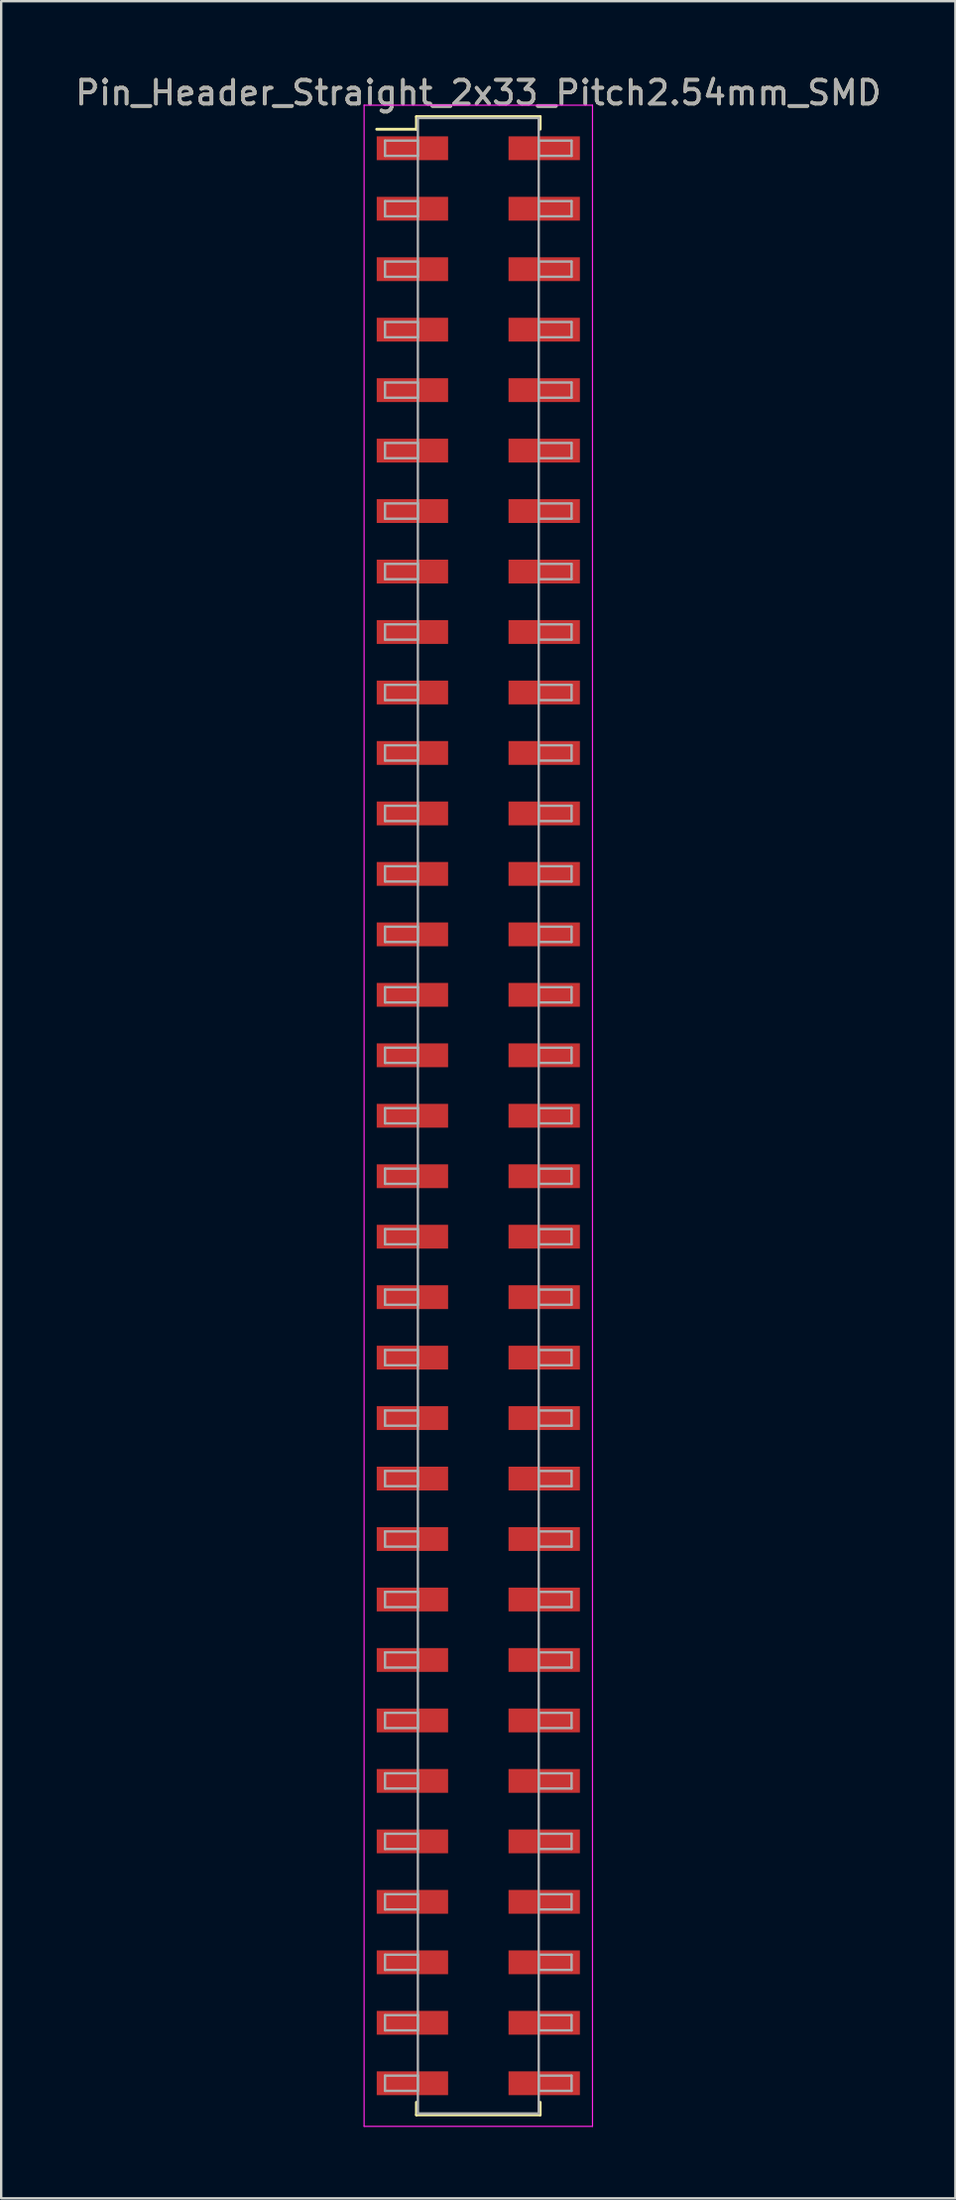
<source format=kicad_pcb>
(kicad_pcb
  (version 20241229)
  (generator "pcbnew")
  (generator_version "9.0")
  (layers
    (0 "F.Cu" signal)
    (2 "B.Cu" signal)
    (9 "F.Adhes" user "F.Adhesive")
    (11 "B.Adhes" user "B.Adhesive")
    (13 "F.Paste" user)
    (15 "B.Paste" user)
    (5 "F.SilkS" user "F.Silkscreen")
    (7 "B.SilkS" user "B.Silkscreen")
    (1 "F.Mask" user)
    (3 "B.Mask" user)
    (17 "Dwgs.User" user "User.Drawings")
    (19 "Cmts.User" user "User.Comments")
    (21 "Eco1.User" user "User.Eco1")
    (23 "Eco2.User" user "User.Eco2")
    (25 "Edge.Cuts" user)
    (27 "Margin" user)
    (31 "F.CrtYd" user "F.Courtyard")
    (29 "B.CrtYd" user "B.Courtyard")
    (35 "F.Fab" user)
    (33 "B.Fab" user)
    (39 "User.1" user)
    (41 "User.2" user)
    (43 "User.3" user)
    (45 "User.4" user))
  (footprint "Pin_Header_Straight_2x33_Pitch2.54mm_SMD"
    (layer "F.Cu")
    (at 17.054 43.818)
    (property "Reference" "Pin_Header_Straight_2x33_Pitch2.54mm_SMD" (at 0 -42.97 0) (layer "F.SilkS") (effects (font (size 1 1) (thickness 0.15))))
    (attr smd)
    (fp_line (start -4.27 -41.44) (end -2.6 -41.44) (stroke (width 0.12) (type solid)) (layer "F.SilkS"))
    (fp_line (start -2.6 -41.97) (end 2.6 -41.97) (stroke (width 0.12) (type solid)) (layer "F.SilkS"))
    (fp_line (start -2.6 -41.44) (end -2.6 -41.97) (stroke (width 0.12) (type solid)) (layer "F.SilkS"))
    (fp_line (start -2.6 41.44) (end -2.6 41.97) (stroke (width 0.12) (type solid)) (layer "F.SilkS"))
    (fp_line (start -2.6 41.97) (end 2.6 41.97) (stroke (width 0.12) (type solid)) (layer "F.SilkS"))
    (fp_line (start 2.6 -41.97) (end 2.6 -41.44) (stroke (width 0.12) (type solid)) (layer "F.SilkS"))
    (fp_line (start 2.6 41.97) (end 2.6 41.44) (stroke (width 0.12) (type solid)) (layer "F.SilkS"))
    (fp_line (start -4.8 -42.45) (end -4.8 42.45) (stroke (width 0.05) (type solid)) (layer "F.CrtYd"))
    (fp_line (start -4.8 42.45) (end 4.8 42.45) (stroke (width 0.05) (type solid)) (layer "F.CrtYd"))
    (fp_line (start 4.8 -42.45) (end -4.8 -42.45) (stroke (width 0.05) (type solid)) (layer "F.CrtYd"))
    (fp_line (start 4.8 42.45) (end 4.8 -42.45) (stroke (width 0.05) (type solid)) (layer "F.CrtYd"))
    (fp_line (start -3.92 -40.96) (end -2.54 -40.96) (stroke (width 0.1) (type solid)) (layer "F.Fab"))
    (fp_line (start -3.92 -40.32) (end -3.92 -40.96) (stroke (width 0.1) (type solid)) (layer "F.Fab"))
    (fp_line (start -3.92 -38.42) (end -2.54 -38.42) (stroke (width 0.1) (type solid)) (layer "F.Fab"))
    (fp_line (start -3.92 -37.78) (end -3.92 -38.42) (stroke (width 0.1) (type solid)) (layer "F.Fab"))
    (fp_line (start -3.92 -35.88) (end -2.54 -35.88) (stroke (width 0.1) (type solid)) (layer "F.Fab"))
    (fp_line (start -3.92 -35.24) (end -3.92 -35.88) (stroke (width 0.1) (type solid)) (layer "F.Fab"))
    (fp_line (start -3.92 -33.34) (end -2.54 -33.34) (stroke (width 0.1) (type solid)) (layer "F.Fab"))
    (fp_line (start -3.92 -32.7) (end -3.92 -33.34) (stroke (width 0.1) (type solid)) (layer "F.Fab"))
    (fp_line (start -3.92 -30.8) (end -2.54 -30.8) (stroke (width 0.1) (type solid)) (layer "F.Fab"))
    (fp_line (start -3.92 -30.16) (end -3.92 -30.8) (stroke (width 0.1) (type solid)) (layer "F.Fab"))
    (fp_line (start -3.92 -28.26) (end -2.54 -28.26) (stroke (width 0.1) (type solid)) (layer "F.Fab"))
    (fp_line (start -3.92 -27.62) (end -3.92 -28.26) (stroke (width 0.1) (type solid)) (layer "F.Fab"))
    (fp_line (start -3.92 -25.72) (end -2.54 -25.72) (stroke (width 0.1) (type solid)) (layer "F.Fab"))
    (fp_line (start -3.92 -25.08) (end -3.92 -25.72) (stroke (width 0.1) (type solid)) (layer "F.Fab"))
    (fp_line (start -3.92 -23.18) (end -2.54 -23.18) (stroke (width 0.1) (type solid)) (layer "F.Fab"))
    (fp_line (start -3.92 -22.54) (end -3.92 -23.18) (stroke (width 0.1) (type solid)) (layer "F.Fab"))
    (fp_line (start -3.92 -20.64) (end -2.54 -20.64) (stroke (width 0.1) (type solid)) (layer "F.Fab"))
    (fp_line (start -3.92 -20) (end -3.92 -20.64) (stroke (width 0.1) (type solid)) (layer "F.Fab"))
    (fp_line (start -3.92 -18.1) (end -2.54 -18.1) (stroke (width 0.1) (type solid)) (layer "F.Fab"))
    (fp_line (start -3.92 -17.46) (end -3.92 -18.1) (stroke (width 0.1) (type solid)) (layer "F.Fab"))
    (fp_line (start -3.92 -15.56) (end -2.54 -15.56) (stroke (width 0.1) (type solid)) (layer "F.Fab"))
    (fp_line (start -3.92 -14.92) (end -3.92 -15.56) (stroke (width 0.1) (type solid)) (layer "F.Fab"))
    (fp_line (start -3.92 -13.02) (end -2.54 -13.02) (stroke (width 0.1) (type solid)) (layer "F.Fab"))
    (fp_line (start -3.92 -12.38) (end -3.92 -13.02) (stroke (width 0.1) (type solid)) (layer "F.Fab"))
    (fp_line (start -3.92 -10.48) (end -2.54 -10.48) (stroke (width 0.1) (type solid)) (layer "F.Fab"))
    (fp_line (start -3.92 -9.84) (end -3.92 -10.48) (stroke (width 0.1) (type solid)) (layer "F.Fab"))
    (fp_line (start -3.92 -7.94) (end -2.54 -7.94) (stroke (width 0.1) (type solid)) (layer "F.Fab"))
    (fp_line (start -3.92 -7.3) (end -3.92 -7.94) (stroke (width 0.1) (type solid)) (layer "F.Fab"))
    (fp_line (start -3.92 -5.4) (end -2.54 -5.4) (stroke (width 0.1) (type solid)) (layer "F.Fab"))
    (fp_line (start -3.92 -4.76) (end -3.92 -5.4) (stroke (width 0.1) (type solid)) (layer "F.Fab"))
    (fp_line (start -3.92 -2.86) (end -2.54 -2.86) (stroke (width 0.1) (type solid)) (layer "F.Fab"))
    (fp_line (start -3.92 -2.22) (end -3.92 -2.86) (stroke (width 0.1) (type solid)) (layer "F.Fab"))
    (fp_line (start -3.92 -0.32) (end -2.54 -0.32) (stroke (width 0.1) (type solid)) (layer "F.Fab"))
    (fp_line (start -3.92 0.32) (end -3.92 -0.32) (stroke (width 0.1) (type solid)) (layer "F.Fab"))
    (fp_line (start -3.92 2.22) (end -2.54 2.22) (stroke (width 0.1) (type solid)) (layer "F.Fab"))
    (fp_line (start -3.92 2.86) (end -3.92 2.22) (stroke (width 0.1) (type solid)) (layer "F.Fab"))
    (fp_line (start -3.92 4.76) (end -2.54 4.76) (stroke (width 0.1) (type solid)) (layer "F.Fab"))
    (fp_line (start -3.92 5.4) (end -3.92 4.76) (stroke (width 0.1) (type solid)) (layer "F.Fab"))
    (fp_line (start -3.92 7.3) (end -2.54 7.3) (stroke (width 0.1) (type solid)) (layer "F.Fab"))
    (fp_line (start -3.92 7.94) (end -3.92 7.3) (stroke (width 0.1) (type solid)) (layer "F.Fab"))
    (fp_line (start -3.92 9.84) (end -2.54 9.84) (stroke (width 0.1) (type solid)) (layer "F.Fab"))
    (fp_line (start -3.92 10.48) (end -3.92 9.84) (stroke (width 0.1) (type solid)) (layer "F.Fab"))
    (fp_line (start -3.92 12.38) (end -2.54 12.38) (stroke (width 0.1) (type solid)) (layer "F.Fab"))
    (fp_line (start -3.92 13.02) (end -3.92 12.38) (stroke (width 0.1) (type solid)) (layer "F.Fab"))
    (fp_line (start -3.92 14.92) (end -2.54 14.92) (stroke (width 0.1) (type solid)) (layer "F.Fab"))
    (fp_line (start -3.92 15.56) (end -3.92 14.92) (stroke (width 0.1) (type solid)) (layer "F.Fab"))
    (fp_line (start -3.92 17.46) (end -2.54 17.46) (stroke (width 0.1) (type solid)) (layer "F.Fab"))
    (fp_line (start -3.92 18.1) (end -3.92 17.46) (stroke (width 0.1) (type solid)) (layer "F.Fab"))
    (fp_line (start -3.92 20) (end -2.54 20) (stroke (width 0.1) (type solid)) (layer "F.Fab"))
    (fp_line (start -3.92 20.64) (end -3.92 20) (stroke (width 0.1) (type solid)) (layer "F.Fab"))
    (fp_line (start -3.92 22.54) (end -2.54 22.54) (stroke (width 0.1) (type solid)) (layer "F.Fab"))
    (fp_line (start -3.92 23.18) (end -3.92 22.54) (stroke (width 0.1) (type solid)) (layer "F.Fab"))
    (fp_line (start -3.92 25.08) (end -2.54 25.08) (stroke (width 0.1) (type solid)) (layer "F.Fab"))
    (fp_line (start -3.92 25.72) (end -3.92 25.08) (stroke (width 0.1) (type solid)) (layer "F.Fab"))
    (fp_line (start -3.92 27.62) (end -2.54 27.62) (stroke (width 0.1) (type solid)) (layer "F.Fab"))
    (fp_line (start -3.92 28.26) (end -3.92 27.62) (stroke (width 0.1) (type solid)) (layer "F.Fab"))
    (fp_line (start -3.92 30.16) (end -2.54 30.16) (stroke (width 0.1) (type solid)) (layer "F.Fab"))
    (fp_line (start -3.92 30.8) (end -3.92 30.16) (stroke (width 0.1) (type solid)) (layer "F.Fab"))
    (fp_line (start -3.92 32.7) (end -2.54 32.7) (stroke (width 0.1) (type solid)) (layer "F.Fab"))
    (fp_line (start -3.92 33.34) (end -3.92 32.7) (stroke (width 0.1) (type solid)) (layer "F.Fab"))
    (fp_line (start -3.92 35.24) (end -2.54 35.24) (stroke (width 0.1) (type solid)) (layer "F.Fab"))
    (fp_line (start -3.92 35.88) (end -3.92 35.24) (stroke (width 0.1) (type solid)) (layer "F.Fab"))
    (fp_line (start -3.92 37.78) (end -2.54 37.78) (stroke (width 0.1) (type solid)) (layer "F.Fab"))
    (fp_line (start -3.92 38.42) (end -3.92 37.78) (stroke (width 0.1) (type solid)) (layer "F.Fab"))
    (fp_line (start -3.92 40.32) (end -2.54 40.32) (stroke (width 0.1) (type solid)) (layer "F.Fab"))
    (fp_line (start -3.92 40.96) (end -3.92 40.32) (stroke (width 0.1) (type solid)) (layer "F.Fab"))
    (fp_line (start -2.54 -41.91) (end -2.54 41.91) (stroke (width 0.1) (type solid)) (layer "F.Fab"))
    (fp_line (start -2.54 -40.96) (end -2.54 -40.32) (stroke (width 0.1) (type solid)) (layer "F.Fab"))
    (fp_line (start -2.54 -40.32) (end -3.92 -40.32) (stroke (width 0.1) (type solid)) (layer "F.Fab"))
    (fp_line (start -2.54 -38.42) (end -2.54 -37.78) (stroke (width 0.1) (type solid)) (layer "F.Fab"))
    (fp_line (start -2.54 -37.78) (end -3.92 -37.78) (stroke (width 0.1) (type solid)) (layer "F.Fab"))
    (fp_line (start -2.54 -35.88) (end -2.54 -35.24) (stroke (width 0.1) (type solid)) (layer "F.Fab"))
    (fp_line (start -2.54 -35.24) (end -3.92 -35.24) (stroke (width 0.1) (type solid)) (layer "F.Fab"))
    (fp_line (start -2.54 -33.34) (end -2.54 -32.7) (stroke (width 0.1) (type solid)) (layer "F.Fab"))
    (fp_line (start -2.54 -32.7) (end -3.92 -32.7) (stroke (width 0.1) (type solid)) (layer "F.Fab"))
    (fp_line (start -2.54 -30.8) (end -2.54 -30.16) (stroke (width 0.1) (type solid)) (layer "F.Fab"))
    (fp_line (start -2.54 -30.16) (end -3.92 -30.16) (stroke (width 0.1) (type solid)) (layer "F.Fab"))
    (fp_line (start -2.54 -28.26) (end -2.54 -27.62) (stroke (width 0.1) (type solid)) (layer "F.Fab"))
    (fp_line (start -2.54 -27.62) (end -3.92 -27.62) (stroke (width 0.1) (type solid)) (layer "F.Fab"))
    (fp_line (start -2.54 -25.72) (end -2.54 -25.08) (stroke (width 0.1) (type solid)) (layer "F.Fab"))
    (fp_line (start -2.54 -25.08) (end -3.92 -25.08) (stroke (width 0.1) (type solid)) (layer "F.Fab"))
    (fp_line (start -2.54 -23.18) (end -2.54 -22.54) (stroke (width 0.1) (type solid)) (layer "F.Fab"))
    (fp_line (start -2.54 -22.54) (end -3.92 -22.54) (stroke (width 0.1) (type solid)) (layer "F.Fab"))
    (fp_line (start -2.54 -20.64) (end -2.54 -20) (stroke (width 0.1) (type solid)) (layer "F.Fab"))
    (fp_line (start -2.54 -20) (end -3.92 -20) (stroke (width 0.1) (type solid)) (layer "F.Fab"))
    (fp_line (start -2.54 -18.1) (end -2.54 -17.46) (stroke (width 0.1) (type solid)) (layer "F.Fab"))
    (fp_line (start -2.54 -17.46) (end -3.92 -17.46) (stroke (width 0.1) (type solid)) (layer "F.Fab"))
    (fp_line (start -2.54 -15.56) (end -2.54 -14.92) (stroke (width 0.1) (type solid)) (layer "F.Fab"))
    (fp_line (start -2.54 -14.92) (end -3.92 -14.92) (stroke (width 0.1) (type solid)) (layer "F.Fab"))
    (fp_line (start -2.54 -13.02) (end -2.54 -12.38) (stroke (width 0.1) (type solid)) (layer "F.Fab"))
    (fp_line (start -2.54 -12.38) (end -3.92 -12.38) (stroke (width 0.1) (type solid)) (layer "F.Fab"))
    (fp_line (start -2.54 -10.48) (end -2.54 -9.84) (stroke (width 0.1) (type solid)) (layer "F.Fab"))
    (fp_line (start -2.54 -9.84) (end -3.92 -9.84) (stroke (width 0.1) (type solid)) (layer "F.Fab"))
    (fp_line (start -2.54 -7.94) (end -2.54 -7.3) (stroke (width 0.1) (type solid)) (layer "F.Fab"))
    (fp_line (start -2.54 -7.3) (end -3.92 -7.3) (stroke (width 0.1) (type solid)) (layer "F.Fab"))
    (fp_line (start -2.54 -5.4) (end -2.54 -4.76) (stroke (width 0.1) (type solid)) (layer "F.Fab"))
    (fp_line (start -2.54 -4.76) (end -3.92 -4.76) (stroke (width 0.1) (type solid)) (layer "F.Fab"))
    (fp_line (start -2.54 -2.86) (end -2.54 -2.22) (stroke (width 0.1) (type solid)) (layer "F.Fab"))
    (fp_line (start -2.54 -2.22) (end -3.92 -2.22) (stroke (width 0.1) (type solid)) (layer "F.Fab"))
    (fp_line (start -2.54 -0.32) (end -2.54 0.32) (stroke (width 0.1) (type solid)) (layer "F.Fab"))
    (fp_line (start -2.54 0.32) (end -3.92 0.32) (stroke (width 0.1) (type solid)) (layer "F.Fab"))
    (fp_line (start -2.54 2.22) (end -2.54 2.86) (stroke (width 0.1) (type solid)) (layer "F.Fab"))
    (fp_line (start -2.54 2.86) (end -3.92 2.86) (stroke (width 0.1) (type solid)) (layer "F.Fab"))
    (fp_line (start -2.54 4.76) (end -2.54 5.4) (stroke (width 0.1) (type solid)) (layer "F.Fab"))
    (fp_line (start -2.54 5.4) (end -3.92 5.4) (stroke (width 0.1) (type solid)) (layer "F.Fab"))
    (fp_line (start -2.54 7.3) (end -2.54 7.94) (stroke (width 0.1) (type solid)) (layer "F.Fab"))
    (fp_line (start -2.54 7.94) (end -3.92 7.94) (stroke (width 0.1) (type solid)) (layer "F.Fab"))
    (fp_line (start -2.54 9.84) (end -2.54 10.48) (stroke (width 0.1) (type solid)) (layer "F.Fab"))
    (fp_line (start -2.54 10.48) (end -3.92 10.48) (stroke (width 0.1) (type solid)) (layer "F.Fab"))
    (fp_line (start -2.54 12.38) (end -2.54 13.02) (stroke (width 0.1) (type solid)) (layer "F.Fab"))
    (fp_line (start -2.54 13.02) (end -3.92 13.02) (stroke (width 0.1) (type solid)) (layer "F.Fab"))
    (fp_line (start -2.54 14.92) (end -2.54 15.56) (stroke (width 0.1) (type solid)) (layer "F.Fab"))
    (fp_line (start -2.54 15.56) (end -3.92 15.56) (stroke (width 0.1) (type solid)) (layer "F.Fab"))
    (fp_line (start -2.54 17.46) (end -2.54 18.1) (stroke (width 0.1) (type solid)) (layer "F.Fab"))
    (fp_line (start -2.54 18.1) (end -3.92 18.1) (stroke (width 0.1) (type solid)) (layer "F.Fab"))
    (fp_line (start -2.54 20) (end -2.54 20.64) (stroke (width 0.1) (type solid)) (layer "F.Fab"))
    (fp_line (start -2.54 20.64) (end -3.92 20.64) (stroke (width 0.1) (type solid)) (layer "F.Fab"))
    (fp_line (start -2.54 22.54) (end -2.54 23.18) (stroke (width 0.1) (type solid)) (layer "F.Fab"))
    (fp_line (start -2.54 23.18) (end -3.92 23.18) (stroke (width 0.1) (type solid)) (layer "F.Fab"))
    (fp_line (start -2.54 25.08) (end -2.54 25.72) (stroke (width 0.1) (type solid)) (layer "F.Fab"))
    (fp_line (start -2.54 25.72) (end -3.92 25.72) (stroke (width 0.1) (type solid)) (layer "F.Fab"))
    (fp_line (start -2.54 27.62) (end -2.54 28.26) (stroke (width 0.1) (type solid)) (layer "F.Fab"))
    (fp_line (start -2.54 28.26) (end -3.92 28.26) (stroke (width 0.1) (type solid)) (layer "F.Fab"))
    (fp_line (start -2.54 30.16) (end -2.54 30.8) (stroke (width 0.1) (type solid)) (layer "F.Fab"))
    (fp_line (start -2.54 30.8) (end -3.92 30.8) (stroke (width 0.1) (type solid)) (layer "F.Fab"))
    (fp_line (start -2.54 32.7) (end -2.54 33.34) (stroke (width 0.1) (type solid)) (layer "F.Fab"))
    (fp_line (start -2.54 33.34) (end -3.92 33.34) (stroke (width 0.1) (type solid)) (layer "F.Fab"))
    (fp_line (start -2.54 35.24) (end -2.54 35.88) (stroke (width 0.1) (type solid)) (layer "F.Fab"))
    (fp_line (start -2.54 35.88) (end -3.92 35.88) (stroke (width 0.1) (type solid)) (layer "F.Fab"))
    (fp_line (start -2.54 37.78) (end -2.54 38.42) (stroke (width 0.1) (type solid)) (layer "F.Fab"))
    (fp_line (start -2.54 38.42) (end -3.92 38.42) (stroke (width 0.1) (type solid)) (layer "F.Fab"))
    (fp_line (start -2.54 40.32) (end -2.54 40.96) (stroke (width 0.1) (type solid)) (layer "F.Fab"))
    (fp_line (start -2.54 40.96) (end -3.92 40.96) (stroke (width 0.1) (type solid)) (layer "F.Fab"))
    (fp_line (start -2.54 41.91) (end 2.54 41.91) (stroke (width 0.1) (type solid)) (layer "F.Fab"))
    (fp_line (start 2.54 -41.91) (end -2.54 -41.91) (stroke (width 0.1) (type solid)) (layer "F.Fab"))
    (fp_line (start 2.54 -40.96) (end 2.54 -40.32) (stroke (width 0.1) (type solid)) (layer "F.Fab"))
    (fp_line (start 2.54 -40.32) (end 3.92 -40.32) (stroke (width 0.1) (type solid)) (layer "F.Fab"))
    (fp_line (start 2.54 -38.42) (end 2.54 -37.78) (stroke (width 0.1) (type solid)) (layer "F.Fab"))
    (fp_line (start 2.54 -37.78) (end 3.92 -37.78) (stroke (width 0.1) (type solid)) (layer "F.Fab"))
    (fp_line (start 2.54 -35.88) (end 2.54 -35.24) (stroke (width 0.1) (type solid)) (layer "F.Fab"))
    (fp_line (start 2.54 -35.24) (end 3.92 -35.24) (stroke (width 0.1) (type solid)) (layer "F.Fab"))
    (fp_line (start 2.54 -33.34) (end 2.54 -32.7) (stroke (width 0.1) (type solid)) (layer "F.Fab"))
    (fp_line (start 2.54 -32.7) (end 3.92 -32.7) (stroke (width 0.1) (type solid)) (layer "F.Fab"))
    (fp_line (start 2.54 -30.8) (end 2.54 -30.16) (stroke (width 0.1) (type solid)) (layer "F.Fab"))
    (fp_line (start 2.54 -30.16) (end 3.92 -30.16) (stroke (width 0.1) (type solid)) (layer "F.Fab"))
    (fp_line (start 2.54 -28.26) (end 2.54 -27.62) (stroke (width 0.1) (type solid)) (layer "F.Fab"))
    (fp_line (start 2.54 -27.62) (end 3.92 -27.62) (stroke (width 0.1) (type solid)) (layer "F.Fab"))
    (fp_line (start 2.54 -25.72) (end 2.54 -25.08) (stroke (width 0.1) (type solid)) (layer "F.Fab"))
    (fp_line (start 2.54 -25.08) (end 3.92 -25.08) (stroke (width 0.1) (type solid)) (layer "F.Fab"))
    (fp_line (start 2.54 -23.18) (end 2.54 -22.54) (stroke (width 0.1) (type solid)) (layer "F.Fab"))
    (fp_line (start 2.54 -22.54) (end 3.92 -22.54) (stroke (width 0.1) (type solid)) (layer "F.Fab"))
    (fp_line (start 2.54 -20.64) (end 2.54 -20) (stroke (width 0.1) (type solid)) (layer "F.Fab"))
    (fp_line (start 2.54 -20) (end 3.92 -20) (stroke (width 0.1) (type solid)) (layer "F.Fab"))
    (fp_line (start 2.54 -18.1) (end 2.54 -17.46) (stroke (width 0.1) (type solid)) (layer "F.Fab"))
    (fp_line (start 2.54 -17.46) (end 3.92 -17.46) (stroke (width 0.1) (type solid)) (layer "F.Fab"))
    (fp_line (start 2.54 -15.56) (end 2.54 -14.92) (stroke (width 0.1) (type solid)) (layer "F.Fab"))
    (fp_line (start 2.54 -14.92) (end 3.92 -14.92) (stroke (width 0.1) (type solid)) (layer "F.Fab"))
    (fp_line (start 2.54 -13.02) (end 2.54 -12.38) (stroke (width 0.1) (type solid)) (layer "F.Fab"))
    (fp_line (start 2.54 -12.38) (end 3.92 -12.38) (stroke (width 0.1) (type solid)) (layer "F.Fab"))
    (fp_line (start 2.54 -10.48) (end 2.54 -9.84) (stroke (width 0.1) (type solid)) (layer "F.Fab"))
    (fp_line (start 2.54 -9.84) (end 3.92 -9.84) (stroke (width 0.1) (type solid)) (layer "F.Fab"))
    (fp_line (start 2.54 -7.94) (end 2.54 -7.3) (stroke (width 0.1) (type solid)) (layer "F.Fab"))
    (fp_line (start 2.54 -7.3) (end 3.92 -7.3) (stroke (width 0.1) (type solid)) (layer "F.Fab"))
    (fp_line (start 2.54 -5.4) (end 2.54 -4.76) (stroke (width 0.1) (type solid)) (layer "F.Fab"))
    (fp_line (start 2.54 -4.76) (end 3.92 -4.76) (stroke (width 0.1) (type solid)) (layer "F.Fab"))
    (fp_line (start 2.54 -2.86) (end 2.54 -2.22) (stroke (width 0.1) (type solid)) (layer "F.Fab"))
    (fp_line (start 2.54 -2.22) (end 3.92 -2.22) (stroke (width 0.1) (type solid)) (layer "F.Fab"))
    (fp_line (start 2.54 -0.32) (end 2.54 0.32) (stroke (width 0.1) (type solid)) (layer "F.Fab"))
    (fp_line (start 2.54 0.32) (end 3.92 0.32) (stroke (width 0.1) (type solid)) (layer "F.Fab"))
    (fp_line (start 2.54 2.22) (end 2.54 2.86) (stroke (width 0.1) (type solid)) (layer "F.Fab"))
    (fp_line (start 2.54 2.86) (end 3.92 2.86) (stroke (width 0.1) (type solid)) (layer "F.Fab"))
    (fp_line (start 2.54 4.76) (end 2.54 5.4) (stroke (width 0.1) (type solid)) (layer "F.Fab"))
    (fp_line (start 2.54 5.4) (end 3.92 5.4) (stroke (width 0.1) (type solid)) (layer "F.Fab"))
    (fp_line (start 2.54 7.3) (end 2.54 7.94) (stroke (width 0.1) (type solid)) (layer "F.Fab"))
    (fp_line (start 2.54 7.94) (end 3.92 7.94) (stroke (width 0.1) (type solid)) (layer "F.Fab"))
    (fp_line (start 2.54 9.84) (end 2.54 10.48) (stroke (width 0.1) (type solid)) (layer "F.Fab"))
    (fp_line (start 2.54 10.48) (end 3.92 10.48) (stroke (width 0.1) (type solid)) (layer "F.Fab"))
    (fp_line (start 2.54 12.38) (end 2.54 13.02) (stroke (width 0.1) (type solid)) (layer "F.Fab"))
    (fp_line (start 2.54 13.02) (end 3.92 13.02) (stroke (width 0.1) (type solid)) (layer "F.Fab"))
    (fp_line (start 2.54 14.92) (end 2.54 15.56) (stroke (width 0.1) (type solid)) (layer "F.Fab"))
    (fp_line (start 2.54 15.56) (end 3.92 15.56) (stroke (width 0.1) (type solid)) (layer "F.Fab"))
    (fp_line (start 2.54 17.46) (end 2.54 18.1) (stroke (width 0.1) (type solid)) (layer "F.Fab"))
    (fp_line (start 2.54 18.1) (end 3.92 18.1) (stroke (width 0.1) (type solid)) (layer "F.Fab"))
    (fp_line (start 2.54 20) (end 2.54 20.64) (stroke (width 0.1) (type solid)) (layer "F.Fab"))
    (fp_line (start 2.54 20.64) (end 3.92 20.64) (stroke (width 0.1) (type solid)) (layer "F.Fab"))
    (fp_line (start 2.54 22.54) (end 2.54 23.18) (stroke (width 0.1) (type solid)) (layer "F.Fab"))
    (fp_line (start 2.54 23.18) (end 3.92 23.18) (stroke (width 0.1) (type solid)) (layer "F.Fab"))
    (fp_line (start 2.54 25.08) (end 2.54 25.72) (stroke (width 0.1) (type solid)) (layer "F.Fab"))
    (fp_line (start 2.54 25.72) (end 3.92 25.72) (stroke (width 0.1) (type solid)) (layer "F.Fab"))
    (fp_line (start 2.54 27.62) (end 2.54 28.26) (stroke (width 0.1) (type solid)) (layer "F.Fab"))
    (fp_line (start 2.54 28.26) (end 3.92 28.26) (stroke (width 0.1) (type solid)) (layer "F.Fab"))
    (fp_line (start 2.54 30.16) (end 2.54 30.8) (stroke (width 0.1) (type solid)) (layer "F.Fab"))
    (fp_line (start 2.54 30.8) (end 3.92 30.8) (stroke (width 0.1) (type solid)) (layer "F.Fab"))
    (fp_line (start 2.54 32.7) (end 2.54 33.34) (stroke (width 0.1) (type solid)) (layer "F.Fab"))
    (fp_line (start 2.54 33.34) (end 3.92 33.34) (stroke (width 0.1) (type solid)) (layer "F.Fab"))
    (fp_line (start 2.54 35.24) (end 2.54 35.88) (stroke (width 0.1) (type solid)) (layer "F.Fab"))
    (fp_line (start 2.54 35.88) (end 3.92 35.88) (stroke (width 0.1) (type solid)) (layer "F.Fab"))
    (fp_line (start 2.54 37.78) (end 2.54 38.42) (stroke (width 0.1) (type solid)) (layer "F.Fab"))
    (fp_line (start 2.54 38.42) (end 3.92 38.42) (stroke (width 0.1) (type solid)) (layer "F.Fab"))
    (fp_line (start 2.54 40.32) (end 2.54 40.96) (stroke (width 0.1) (type solid)) (layer "F.Fab"))
    (fp_line (start 2.54 40.96) (end 3.92 40.96) (stroke (width 0.1) (type solid)) (layer "F.Fab"))
    (fp_line (start 2.54 41.91) (end 2.54 -41.91) (stroke (width 0.1) (type solid)) (layer "F.Fab"))
    (fp_line (start 3.92 -40.96) (end 2.54 -40.96) (stroke (width 0.1) (type solid)) (layer "F.Fab"))
    (fp_line (start 3.92 -40.32) (end 3.92 -40.96) (stroke (width 0.1) (type solid)) (layer "F.Fab"))
    (fp_line (start 3.92 -38.42) (end 2.54 -38.42) (stroke (width 0.1) (type solid)) (layer "F.Fab"))
    (fp_line (start 3.92 -37.78) (end 3.92 -38.42) (stroke (width 0.1) (type solid)) (layer "F.Fab"))
    (fp_line (start 3.92 -35.88) (end 2.54 -35.88) (stroke (width 0.1) (type solid)) (layer "F.Fab"))
    (fp_line (start 3.92 -35.24) (end 3.92 -35.88) (stroke (width 0.1) (type solid)) (layer "F.Fab"))
    (fp_line (start 3.92 -33.34) (end 2.54 -33.34) (stroke (width 0.1) (type solid)) (layer "F.Fab"))
    (fp_line (start 3.92 -32.7) (end 3.92 -33.34) (stroke (width 0.1) (type solid)) (layer "F.Fab"))
    (fp_line (start 3.92 -30.8) (end 2.54 -30.8) (stroke (width 0.1) (type solid)) (layer "F.Fab"))
    (fp_line (start 3.92 -30.16) (end 3.92 -30.8) (stroke (width 0.1) (type solid)) (layer "F.Fab"))
    (fp_line (start 3.92 -28.26) (end 2.54 -28.26) (stroke (width 0.1) (type solid)) (layer "F.Fab"))
    (fp_line (start 3.92 -27.62) (end 3.92 -28.26) (stroke (width 0.1) (type solid)) (layer "F.Fab"))
    (fp_line (start 3.92 -25.72) (end 2.54 -25.72) (stroke (width 0.1) (type solid)) (layer "F.Fab"))
    (fp_line (start 3.92 -25.08) (end 3.92 -25.72) (stroke (width 0.1) (type solid)) (layer "F.Fab"))
    (fp_line (start 3.92 -23.18) (end 2.54 -23.18) (stroke (width 0.1) (type solid)) (layer "F.Fab"))
    (fp_line (start 3.92 -22.54) (end 3.92 -23.18) (stroke (width 0.1) (type solid)) (layer "F.Fab"))
    (fp_line (start 3.92 -20.64) (end 2.54 -20.64) (stroke (width 0.1) (type solid)) (layer "F.Fab"))
    (fp_line (start 3.92 -20) (end 3.92 -20.64) (stroke (width 0.1) (type solid)) (layer "F.Fab"))
    (fp_line (start 3.92 -18.1) (end 2.54 -18.1) (stroke (width 0.1) (type solid)) (layer "F.Fab"))
    (fp_line (start 3.92 -17.46) (end 3.92 -18.1) (stroke (width 0.1) (type solid)) (layer "F.Fab"))
    (fp_line (start 3.92 -15.56) (end 2.54 -15.56) (stroke (width 0.1) (type solid)) (layer "F.Fab"))
    (fp_line (start 3.92 -14.92) (end 3.92 -15.56) (stroke (width 0.1) (type solid)) (layer "F.Fab"))
    (fp_line (start 3.92 -13.02) (end 2.54 -13.02) (stroke (width 0.1) (type solid)) (layer "F.Fab"))
    (fp_line (start 3.92 -12.38) (end 3.92 -13.02) (stroke (width 0.1) (type solid)) (layer "F.Fab"))
    (fp_line (start 3.92 -10.48) (end 2.54 -10.48) (stroke (width 0.1) (type solid)) (layer "F.Fab"))
    (fp_line (start 3.92 -9.84) (end 3.92 -10.48) (stroke (width 0.1) (type solid)) (layer "F.Fab"))
    (fp_line (start 3.92 -7.94) (end 2.54 -7.94) (stroke (width 0.1) (type solid)) (layer "F.Fab"))
    (fp_line (start 3.92 -7.3) (end 3.92 -7.94) (stroke (width 0.1) (type solid)) (layer "F.Fab"))
    (fp_line (start 3.92 -5.4) (end 2.54 -5.4) (stroke (width 0.1) (type solid)) (layer "F.Fab"))
    (fp_line (start 3.92 -4.76) (end 3.92 -5.4) (stroke (width 0.1) (type solid)) (layer "F.Fab"))
    (fp_line (start 3.92 -2.86) (end 2.54 -2.86) (stroke (width 0.1) (type solid)) (layer "F.Fab"))
    (fp_line (start 3.92 -2.22) (end 3.92 -2.86) (stroke (width 0.1) (type solid)) (layer "F.Fab"))
    (fp_line (start 3.92 -0.32) (end 2.54 -0.32) (stroke (width 0.1) (type solid)) (layer "F.Fab"))
    (fp_line (start 3.92 0.32) (end 3.92 -0.32) (stroke (width 0.1) (type solid)) (layer "F.Fab"))
    (fp_line (start 3.92 2.22) (end 2.54 2.22) (stroke (width 0.1) (type solid)) (layer "F.Fab"))
    (fp_line (start 3.92 2.86) (end 3.92 2.22) (stroke (width 0.1) (type solid)) (layer "F.Fab"))
    (fp_line (start 3.92 4.76) (end 2.54 4.76) (stroke (width 0.1) (type solid)) (layer "F.Fab"))
    (fp_line (start 3.92 5.4) (end 3.92 4.76) (stroke (width 0.1) (type solid)) (layer "F.Fab"))
    (fp_line (start 3.92 7.3) (end 2.54 7.3) (stroke (width 0.1) (type solid)) (layer "F.Fab"))
    (fp_line (start 3.92 7.94) (end 3.92 7.3) (stroke (width 0.1) (type solid)) (layer "F.Fab"))
    (fp_line (start 3.92 9.84) (end 2.54 9.84) (stroke (width 0.1) (type solid)) (layer "F.Fab"))
    (fp_line (start 3.92 10.48) (end 3.92 9.84) (stroke (width 0.1) (type solid)) (layer "F.Fab"))
    (fp_line (start 3.92 12.38) (end 2.54 12.38) (stroke (width 0.1) (type solid)) (layer "F.Fab"))
    (fp_line (start 3.92 13.02) (end 3.92 12.38) (stroke (width 0.1) (type solid)) (layer "F.Fab"))
    (fp_line (start 3.92 14.92) (end 2.54 14.92) (stroke (width 0.1) (type solid)) (layer "F.Fab"))
    (fp_line (start 3.92 15.56) (end 3.92 14.92) (stroke (width 0.1) (type solid)) (layer "F.Fab"))
    (fp_line (start 3.92 17.46) (end 2.54 17.46) (stroke (width 0.1) (type solid)) (layer "F.Fab"))
    (fp_line (start 3.92 18.1) (end 3.92 17.46) (stroke (width 0.1) (type solid)) (layer "F.Fab"))
    (fp_line (start 3.92 20) (end 2.54 20) (stroke (width 0.1) (type solid)) (layer "F.Fab"))
    (fp_line (start 3.92 20.64) (end 3.92 20) (stroke (width 0.1) (type solid)) (layer "F.Fab"))
    (fp_line (start 3.92 22.54) (end 2.54 22.54) (stroke (width 0.1) (type solid)) (layer "F.Fab"))
    (fp_line (start 3.92 23.18) (end 3.92 22.54) (stroke (width 0.1) (type solid)) (layer "F.Fab"))
    (fp_line (start 3.92 25.08) (end 2.54 25.08) (stroke (width 0.1) (type solid)) (layer "F.Fab"))
    (fp_line (start 3.92 25.72) (end 3.92 25.08) (stroke (width 0.1) (type solid)) (layer "F.Fab"))
    (fp_line (start 3.92 27.62) (end 2.54 27.62) (stroke (width 0.1) (type solid)) (layer "F.Fab"))
    (fp_line (start 3.92 28.26) (end 3.92 27.62) (stroke (width 0.1) (type solid)) (layer "F.Fab"))
    (fp_line (start 3.92 30.16) (end 2.54 30.16) (stroke (width 0.1) (type solid)) (layer "F.Fab"))
    (fp_line (start 3.92 30.8) (end 3.92 30.16) (stroke (width 0.1) (type solid)) (layer "F.Fab"))
    (fp_line (start 3.92 32.7) (end 2.54 32.7) (stroke (width 0.1) (type solid)) (layer "F.Fab"))
    (fp_line (start 3.92 33.34) (end 3.92 32.7) (stroke (width 0.1) (type solid)) (layer "F.Fab"))
    (fp_line (start 3.92 35.24) (end 2.54 35.24) (stroke (width 0.1) (type solid)) (layer "F.Fab"))
    (fp_line (start 3.92 35.88) (end 3.92 35.24) (stroke (width 0.1) (type solid)) (layer "F.Fab"))
    (fp_line (start 3.92 37.78) (end 2.54 37.78) (stroke (width 0.1) (type solid)) (layer "F.Fab"))
    (fp_line (start 3.92 38.42) (end 3.92 37.78) (stroke (width 0.1) (type solid)) (layer "F.Fab"))
    (fp_line (start 3.92 40.32) (end 2.54 40.32) (stroke (width 0.1) (type solid)) (layer "F.Fab"))
    (fp_line (start 3.92 40.96) (end 3.92 40.32) (stroke (width 0.1) (type solid)) (layer "F.Fab"))
    (fp_text user "${REFERENCE}" (at 0 -42.97 0) (layer "F.Fab") (effects (font (size 1 1) (thickness 0.15))))
    (pad "1" smd rect (at -2.77 -40.64) (size 3 1) (layers "F.Cu" "F.Mask" "F.Paste"))
    (pad "2" smd rect (at 2.77 -40.64) (size 3 1) (layers "F.Cu" "F.Mask" "F.Paste"))
    (pad "3" smd rect (at -2.77 -38.1) (size 3 1) (layers "F.Cu" "F.Mask" "F.Paste"))
    (pad "4" smd rect (at 2.77 -38.1) (size 3 1) (layers "F.Cu" "F.Mask" "F.Paste"))
    (pad "5" smd rect (at -2.77 -35.56) (size 3 1) (layers "F.Cu" "F.Mask" "F.Paste"))
    (pad "6" smd rect (at 2.77 -35.56) (size 3 1) (layers "F.Cu" "F.Mask" "F.Paste"))
    (pad "7" smd rect (at -2.77 -33.02) (size 3 1) (layers "F.Cu" "F.Mask" "F.Paste"))
    (pad "8" smd rect (at 2.77 -33.02) (size 3 1) (layers "F.Cu" "F.Mask" "F.Paste"))
    (pad "9" smd rect (at -2.77 -30.48) (size 3 1) (layers "F.Cu" "F.Mask" "F.Paste"))
    (pad "10" smd rect (at 2.77 -30.48) (size 3 1) (layers "F.Cu" "F.Mask" "F.Paste"))
    (pad "11" smd rect (at -2.77 -27.94) (size 3 1) (layers "F.Cu" "F.Mask" "F.Paste"))
    (pad "12" smd rect (at 2.77 -27.94) (size 3 1) (layers "F.Cu" "F.Mask" "F.Paste"))
    (pad "13" smd rect (at -2.77 -25.4) (size 3 1) (layers "F.Cu" "F.Mask" "F.Paste"))
    (pad "14" smd rect (at 2.77 -25.4) (size 3 1) (layers "F.Cu" "F.Mask" "F.Paste"))
    (pad "15" smd rect (at -2.77 -22.86) (size 3 1) (layers "F.Cu" "F.Mask" "F.Paste"))
    (pad "16" smd rect (at 2.77 -22.86) (size 3 1) (layers "F.Cu" "F.Mask" "F.Paste"))
    (pad "17" smd rect (at -2.77 -20.32) (size 3 1) (layers "F.Cu" "F.Mask" "F.Paste"))
    (pad "18" smd rect (at 2.77 -20.32) (size 3 1) (layers "F.Cu" "F.Mask" "F.Paste"))
    (pad "19" smd rect (at -2.77 -17.78) (size 3 1) (layers "F.Cu" "F.Mask" "F.Paste"))
    (pad "20" smd rect (at 2.77 -17.78) (size 3 1) (layers "F.Cu" "F.Mask" "F.Paste"))
    (pad "21" smd rect (at -2.77 -15.24) (size 3 1) (layers "F.Cu" "F.Mask" "F.Paste"))
    (pad "22" smd rect (at 2.77 -15.24) (size 3 1) (layers "F.Cu" "F.Mask" "F.Paste"))
    (pad "23" smd rect (at -2.77 -12.7) (size 3 1) (layers "F.Cu" "F.Mask" "F.Paste"))
    (pad "24" smd rect (at 2.77 -12.7) (size 3 1) (layers "F.Cu" "F.Mask" "F.Paste"))
    (pad "25" smd rect (at -2.77 -10.16) (size 3 1) (layers "F.Cu" "F.Mask" "F.Paste"))
    (pad "26" smd rect (at 2.77 -10.16) (size 3 1) (layers "F.Cu" "F.Mask" "F.Paste"))
    (pad "27" smd rect (at -2.77 -7.62) (size 3 1) (layers "F.Cu" "F.Mask" "F.Paste"))
    (pad "28" smd rect (at 2.77 -7.62) (size 3 1) (layers "F.Cu" "F.Mask" "F.Paste"))
    (pad "29" smd rect (at -2.77 -5.08) (size 3 1) (layers "F.Cu" "F.Mask" "F.Paste"))
    (pad "30" smd rect (at 2.77 -5.08) (size 3 1) (layers "F.Cu" "F.Mask" "F.Paste"))
    (pad "31" smd rect (at -2.77 -2.54) (size 3 1) (layers "F.Cu" "F.Mask" "F.Paste"))
    (pad "32" smd rect (at 2.77 -2.54) (size 3 1) (layers "F.Cu" "F.Mask" "F.Paste"))
    (pad "33" smd rect (at -2.77 0) (size 3 1) (layers "F.Cu" "F.Mask" "F.Paste"))
    (pad "34" smd rect (at 2.77 0) (size 3 1) (layers "F.Cu" "F.Mask" "F.Paste"))
    (pad "35" smd rect (at -2.77 2.54) (size 3 1) (layers "F.Cu" "F.Mask" "F.Paste"))
    (pad "36" smd rect (at 2.77 2.54) (size 3 1) (layers "F.Cu" "F.Mask" "F.Paste"))
    (pad "37" smd rect (at -2.77 5.08) (size 3 1) (layers "F.Cu" "F.Mask" "F.Paste"))
    (pad "38" smd rect (at 2.77 5.08) (size 3 1) (layers "F.Cu" "F.Mask" "F.Paste"))
    (pad "39" smd rect (at -2.77 7.62) (size 3 1) (layers "F.Cu" "F.Mask" "F.Paste"))
    (pad "40" smd rect (at 2.77 7.62) (size 3 1) (layers "F.Cu" "F.Mask" "F.Paste"))
    (pad "41" smd rect (at -2.77 10.16) (size 3 1) (layers "F.Cu" "F.Mask" "F.Paste"))
    (pad "42" smd rect (at 2.77 10.16) (size 3 1) (layers "F.Cu" "F.Mask" "F.Paste"))
    (pad "43" smd rect (at -2.77 12.7) (size 3 1) (layers "F.Cu" "F.Mask" "F.Paste"))
    (pad "44" smd rect (at 2.77 12.7) (size 3 1) (layers "F.Cu" "F.Mask" "F.Paste"))
    (pad "45" smd rect (at -2.77 15.24) (size 3 1) (layers "F.Cu" "F.Mask" "F.Paste"))
    (pad "46" smd rect (at 2.77 15.24) (size 3 1) (layers "F.Cu" "F.Mask" "F.Paste"))
    (pad "47" smd rect (at -2.77 17.78) (size 3 1) (layers "F.Cu" "F.Mask" "F.Paste"))
    (pad "48" smd rect (at 2.77 17.78) (size 3 1) (layers "F.Cu" "F.Mask" "F.Paste"))
    (pad "49" smd rect (at -2.77 20.32) (size 3 1) (layers "F.Cu" "F.Mask" "F.Paste"))
    (pad "50" smd rect (at 2.77 20.32) (size 3 1) (layers "F.Cu" "F.Mask" "F.Paste"))
    (pad "51" smd rect (at -2.77 22.86) (size 3 1) (layers "F.Cu" "F.Mask" "F.Paste"))
    (pad "52" smd rect (at 2.77 22.86) (size 3 1) (layers "F.Cu" "F.Mask" "F.Paste"))
    (pad "53" smd rect (at -2.77 25.4) (size 3 1) (layers "F.Cu" "F.Mask" "F.Paste"))
    (pad "54" smd rect (at 2.77 25.4) (size 3 1) (layers "F.Cu" "F.Mask" "F.Paste"))
    (pad "55" smd rect (at -2.77 27.94) (size 3 1) (layers "F.Cu" "F.Mask" "F.Paste"))
    (pad "56" smd rect (at 2.77 27.94) (size 3 1) (layers "F.Cu" "F.Mask" "F.Paste"))
    (pad "57" smd rect (at -2.77 30.48) (size 3 1) (layers "F.Cu" "F.Mask" "F.Paste"))
    (pad "58" smd rect (at 2.77 30.48) (size 3 1) (layers "F.Cu" "F.Mask" "F.Paste"))
    (pad "59" smd rect (at -2.77 33.02) (size 3 1) (layers "F.Cu" "F.Mask" "F.Paste"))
    (pad "60" smd rect (at 2.77 33.02) (size 3 1) (layers "F.Cu" "F.Mask" "F.Paste"))
    (pad "61" smd rect (at -2.77 35.56) (size 3 1) (layers "F.Cu" "F.Mask" "F.Paste"))
    (pad "62" smd rect (at 2.77 35.56) (size 3 1) (layers "F.Cu" "F.Mask" "F.Paste"))
    (pad "63" smd rect (at -2.77 38.1) (size 3 1) (layers "F.Cu" "F.Mask" "F.Paste"))
    (pad "64" smd rect (at 2.77 38.1) (size 3 1) (layers "F.Cu" "F.Mask" "F.Paste"))
    (pad "65" smd rect (at -2.77 40.64) (size 3 1) (layers "F.Cu" "F.Mask" "F.Paste"))
    (pad "66" smd rect (at 2.77 40.64) (size 3 1) (layers "F.Cu" "F.Mask" "F.Paste")))
  (gr_rect
    (start -3 -3)
    (end 37.107 89.293)
    (stroke (width 0.1) (type default))
    (fill no)
    (layer "Edge.Cuts")))
</source>
